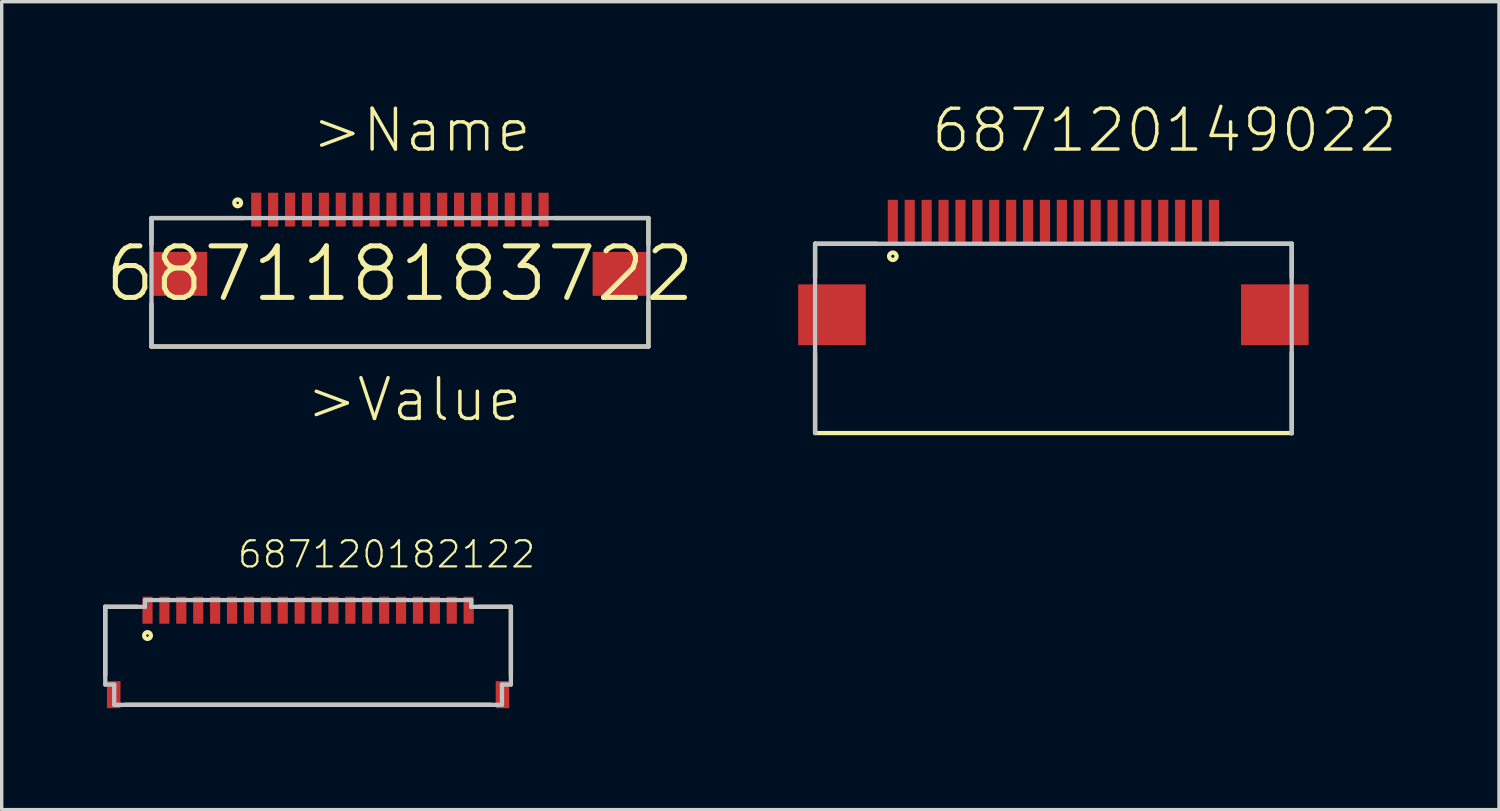
<source format=kicad_pcb>
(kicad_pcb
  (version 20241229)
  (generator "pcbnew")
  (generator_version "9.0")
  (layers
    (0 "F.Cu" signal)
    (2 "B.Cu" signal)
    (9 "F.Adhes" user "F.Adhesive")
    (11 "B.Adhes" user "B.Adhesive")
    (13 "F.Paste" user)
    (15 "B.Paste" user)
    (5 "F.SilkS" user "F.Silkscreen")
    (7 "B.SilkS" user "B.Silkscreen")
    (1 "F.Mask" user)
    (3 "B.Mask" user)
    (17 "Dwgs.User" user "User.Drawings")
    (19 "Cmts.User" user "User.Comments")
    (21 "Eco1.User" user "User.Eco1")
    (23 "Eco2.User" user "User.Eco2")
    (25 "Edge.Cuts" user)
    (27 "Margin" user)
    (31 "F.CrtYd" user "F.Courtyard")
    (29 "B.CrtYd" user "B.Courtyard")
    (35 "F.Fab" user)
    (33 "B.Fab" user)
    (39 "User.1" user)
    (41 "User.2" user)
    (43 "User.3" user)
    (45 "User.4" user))
  (footprint "687120182122"
    (layer "F.Cu")
    (at 6.064 16.251)
    (property "Reference" "687120182122" (at -2.133 -2.449 0) (layer "F.SilkS") (effects (font (size 0.772 0.772) (thickness 0.065)) (justify left bottom)))
    (attr through_hole)
    (fp_line (start -6 -1.35) (end -6 0.68) (stroke (width 0.127) (type solid)) (layer "F.SilkS"))
    (fp_line (start -5.4 1.55) (end 5.4 1.55) (stroke (width 0.127) (type solid)) (layer "F.SilkS"))
    (fp_line (start -5.06 -1.35) (end -6 -1.35) (stroke (width 0.127) (type solid)) (layer "F.SilkS"))
    (fp_line (start 6 -1.35) (end 5.06 -1.35) (stroke (width 0.127) (type solid)) (layer "F.SilkS"))
    (fp_line (start 6 -1.35) (end 6 0.68) (stroke (width 0.127) (type solid)) (layer "F.SilkS"))
    (fp_circle (center -4.75 -0.5) (end -4.65 -0.5) (stroke (width 0.127) (type solid)) (fill no) (layer "F.SilkS"))
    (fp_line (start -6 -1.35) (end -6 0.95) (stroke (width 0.127) (type solid)) (layer "Dwgs.User"))
    (fp_line (start -6 -1.35) (end -4.825 -1.35) (stroke (width 0.127) (type solid)) (layer "Dwgs.User"))
    (fp_line (start -6 0.95) (end -5.735 0.95) (stroke (width 0.127) (type solid)) (layer "Dwgs.User"))
    (fp_line (start -5.735 1.55) (end -5.735 0.95) (stroke (width 0.127) (type solid)) (layer "Dwgs.User"))
    (fp_line (start -5.735 1.55) (end 5.735 1.55) (stroke (width 0.127) (type solid)) (layer "Dwgs.User"))
    (fp_line (start -4.825 -1.55) (end -4.825 -1.35) (stroke (width 0.127) (type solid)) (layer "Dwgs.User"))
    (fp_line (start -4.825 -1.55) (end 4.825 -1.55) (stroke (width 0.127) (type solid)) (layer "Dwgs.User"))
    (fp_line (start 4.825 -1.55) (end 4.825 -1.35) (stroke (width 0.127) (type solid)) (layer "Dwgs.User"))
    (fp_line (start 4.825 -1.35) (end 6 -1.35) (stroke (width 0.127) (type solid)) (layer "Dwgs.User"))
    (fp_line (start 5.735 0.95) (end 6 0.95) (stroke (width 0.127) (type solid)) (layer "Dwgs.User"))
    (fp_line (start 5.735 1.55) (end 5.735 0.95) (stroke (width 0.127) (type solid)) (layer "Dwgs.User"))
    (fp_line (start 6 -1.35) (end 6 0.95) (stroke (width 0.127) (type solid)) (layer "Dwgs.User"))
    (pad "1" smd rect (at -4.75 -1.25 90) (size 0.8 0.3) (layers "F.Cu" "F.Mask" "F.Paste"))
    (pad "2" smd rect (at -4.25 -1.25 90) (size 0.8 0.3) (layers "F.Cu" "F.Mask" "F.Paste"))
    (pad "3" smd rect (at -3.75 -1.25 90) (size 0.8 0.3) (layers "F.Cu" "F.Mask" "F.Paste"))
    (pad "4" smd rect (at -3.25 -1.25 90) (size 0.8 0.3) (layers "F.Cu" "F.Mask" "F.Paste"))
    (pad "5" smd rect (at -2.75 -1.25 90) (size 0.8 0.3) (layers "F.Cu" "F.Mask" "F.Paste"))
    (pad "6" smd rect (at -2.25 -1.25 90) (size 0.8 0.3) (layers "F.Cu" "F.Mask" "F.Paste"))
    (pad "7" smd rect (at -1.75 -1.25 90) (size 0.8 0.3) (layers "F.Cu" "F.Mask" "F.Paste"))
    (pad "8" smd rect (at -1.25 -1.25 90) (size 0.8 0.3) (layers "F.Cu" "F.Mask" "F.Paste"))
    (pad "9" smd rect (at -0.75 -1.25 90) (size 0.8 0.3) (layers "F.Cu" "F.Mask" "F.Paste"))
    (pad "10" smd rect (at -0.25 -1.25 90) (size 0.8 0.3) (layers "F.Cu" "F.Mask" "F.Paste"))
    (pad "11" smd rect (at 0.25 -1.25 90) (size 0.8 0.3) (layers "F.Cu" "F.Mask" "F.Paste"))
    (pad "12" smd rect (at 0.75 -1.25 90) (size 0.8 0.3) (layers "F.Cu" "F.Mask" "F.Paste"))
    (pad "13" smd rect (at 1.25 -1.25 90) (size 0.8 0.3) (layers "F.Cu" "F.Mask" "F.Paste"))
    (pad "14" smd rect (at 1.75 -1.25 90) (size 0.8 0.3) (layers "F.Cu" "F.Mask" "F.Paste"))
    (pad "15" smd rect (at 2.25 -1.25 90) (size 0.8 0.3) (layers "F.Cu" "F.Mask" "F.Paste"))
    (pad "16" smd rect (at 2.75 -1.25 90) (size 0.8 0.3) (layers "F.Cu" "F.Mask" "F.Paste"))
    (pad "17" smd rect (at 3.25 -1.25 90) (size 0.8 0.3) (layers "F.Cu" "F.Mask" "F.Paste"))
    (pad "18" smd rect (at 3.75 -1.25 90) (size 0.8 0.3) (layers "F.Cu" "F.Mask" "F.Paste"))
    (pad "19" smd rect (at 4.25 -1.25 90) (size 0.8 0.3) (layers "F.Cu" "F.Mask" "F.Paste"))
    (pad "20" smd rect (at 4.75 -1.25 90) (size 0.8 0.3) (layers "F.Cu" "F.Mask" "F.Paste"))
    (pad "Z1" smd rect (at -5.75 1.25 90) (size 0.8 0.4) (layers "F.Cu" "F.Mask" "F.Paste"))
    (pad "Z2" smd rect (at 5.75 1.25 90) (size 0.8 0.4) (layers "F.Cu" "F.Mask" "F.Paste")))
  (footprint "687118183722"
    (layer "F.Cu")
    (at 8.781 5.051)
    (property "Reference" "687118183722" (at 0 0 0) (layer "F.SilkS") (effects (font (size 1.524 1.524) (thickness 0.15))))
    (attr through_hole)
    (fp_line (start -7.35 -1.65) (end -7.35 -0.87) (stroke (width 0.127) (type solid)) (layer "F.SilkS"))
    (fp_line (start -7.35 0.89) (end -7.35 2.15) (stroke (width 0.127) (type solid)) (layer "F.SilkS"))
    (fp_line (start -7.35 2.15) (end 7.35 2.15) (stroke (width 0.127) (type solid)) (layer "F.SilkS"))
    (fp_line (start -4.62 -1.65) (end -7.35 -1.65) (stroke (width 0.127) (type solid)) (layer "F.SilkS"))
    (fp_line (start 4.58 -1.65) (end 7.35 -1.65) (stroke (width 0.127) (type solid)) (layer "F.SilkS"))
    (fp_line (start 7.35 -1.65) (end 7.35 -0.87) (stroke (width 0.127) (type solid)) (layer "F.SilkS"))
    (fp_line (start 7.35 2.15) (end 7.35 0.84) (stroke (width 0.127) (type solid)) (layer "F.SilkS"))
    (fp_circle (center -4.8 -2.1) (end -4.7 -2.1) (stroke (width 0.127) (type solid)) (fill no) (layer "F.SilkS"))
    (fp_line (start -7.35 -1.65) (end 7.35 -1.65) (stroke (width 0.127) (type solid)) (layer "Dwgs.User"))
    (fp_line (start -7.35 2.15) (end -7.35 -1.65) (stroke (width 0.127) (type solid)) (layer "Dwgs.User"))
    (fp_line (start 7.35 -1.65) (end 7.35 2.15) (stroke (width 0.127) (type solid)) (layer "Dwgs.User"))
    (fp_line (start 7.35 2.15) (end -7.35 2.15) (stroke (width 0.127) (type solid)) (layer "Dwgs.User"))
    (fp_text user ">Name" (at -2.67 -3.54 0) (layer "F.SilkS") (effects (font (size 1.206 1.206) (thickness 0.102)) (justify left bottom)))
    (fp_text user ">Value" (at -2.83 4.43 0) (layer "F.SilkS") (effects (font (size 1.206 1.206) (thickness 0.102)) (justify left bottom)))
    (pad "1" smd rect (at -4.25 -1.9 90) (size 1 0.3) (layers "F.Cu" "F.Mask" "F.Paste"))
    (pad "2" smd rect (at -3.75 -1.9 90) (size 1 0.3) (layers "F.Cu" "F.Mask" "F.Paste"))
    (pad "3" smd rect (at -3.25 -1.9 90) (size 1 0.3) (layers "F.Cu" "F.Mask" "F.Paste"))
    (pad "4" smd rect (at -2.75 -1.9 90) (size 1 0.3) (layers "F.Cu" "F.Mask" "F.Paste"))
    (pad "5" smd rect (at -2.25 -1.9 90) (size 1 0.3) (layers "F.Cu" "F.Mask" "F.Paste"))
    (pad "6" smd rect (at -1.75 -1.9 90) (size 1 0.3) (layers "F.Cu" "F.Mask" "F.Paste"))
    (pad "7" smd rect (at -1.25 -1.9 90) (size 1 0.3) (layers "F.Cu" "F.Mask" "F.Paste"))
    (pad "8" smd rect (at -0.75 -1.9 90) (size 1 0.3) (layers "F.Cu" "F.Mask" "F.Paste"))
    (pad "9" smd rect (at -0.25 -1.9 90) (size 1 0.3) (layers "F.Cu" "F.Mask" "F.Paste"))
    (pad "10" smd rect (at 0.25 -1.9 90) (size 1 0.3) (layers "F.Cu" "F.Mask" "F.Paste"))
    (pad "11" smd rect (at 0.75 -1.9 90) (size 1 0.3) (layers "F.Cu" "F.Mask" "F.Paste"))
    (pad "12" smd rect (at 1.25 -1.9 90) (size 1 0.3) (layers "F.Cu" "F.Mask" "F.Paste"))
    (pad "13" smd rect (at 1.75 -1.9 90) (size 1 0.3) (layers "F.Cu" "F.Mask" "F.Paste"))
    (pad "14" smd rect (at 2.25 -1.9 90) (size 1 0.3) (layers "F.Cu" "F.Mask" "F.Paste"))
    (pad "15" smd rect (at 2.75 -1.9 90) (size 1 0.3) (layers "F.Cu" "F.Mask" "F.Paste"))
    (pad "16" smd rect (at 3.25 -1.9 90) (size 1 0.3) (layers "F.Cu" "F.Mask" "F.Paste"))
    (pad "17" smd rect (at 3.75 -1.9 90) (size 1 0.3) (layers "F.Cu" "F.Mask" "F.Paste"))
    (pad "18" smd rect (at 4.25 -1.9 90) (size 1 0.3) (layers "F.Cu" "F.Mask" "F.Paste"))
    (pad "Z1" smd rect (at -6.525 0) (size 1.65 1.3) (layers "F.Cu" "F.Mask" "F.Paste"))
    (pad "Z2" smd rect (at 6.525 0) (size 1.65 1.3) (layers "F.Cu" "F.Mask" "F.Paste")))
  (footprint "687120149022"
    (layer "F.Cu")
    (at 28.112 3.511)
    (property "Reference" "687120149022" (at -3.67 -2 0) (layer "F.SilkS") (effects (font (size 1.206 1.206) (thickness 0.102)) (justify left bottom)))
    (attr through_hole)
    (fp_line (start -7.05 0.65) (end -7.05 1.66) (stroke (width 0.127) (type solid)) (layer "F.SilkS"))
    (fp_line (start -7.05 3.88) (end -7.05 6.24) (stroke (width 0.127) (type solid)) (layer "F.SilkS"))
    (fp_line (start -5.23 0.65) (end -7.05 0.65) (stroke (width 0.127) (type solid)) (layer "F.SilkS"))
    (fp_line (start 5.1 0.65) (end 7.05 0.65) (stroke (width 0.127) (type solid)) (layer "F.SilkS"))
    (fp_line (start 7.05 0.65) (end 7.05 1.64) (stroke (width 0.127) (type solid)) (layer "F.SilkS"))
    (fp_line (start 7.05 3.88) (end 7.05 6.26) (stroke (width 0.127) (type solid)) (layer "F.SilkS"))
    (fp_line (start 7.05 6.25) (end -7.05 6.25) (stroke (width 0.127) (type solid)) (layer "F.SilkS"))
    (fp_circle (center -4.75 1.02) (end -4.64 1.02) (stroke (width 0.127) (type solid)) (fill no) (layer "F.SilkS"))
    (fp_line (start -7.05 0.65) (end 7.05 0.65) (stroke (width 0.127) (type solid)) (layer "Dwgs.User"))
    (fp_line (start -7.05 6.25) (end -7.05 0.65) (stroke (width 0.127) (type solid)) (layer "Dwgs.User"))
    (fp_line (start 7.05 0.65) (end 7.05 6.25) (stroke (width 0.127) (type solid)) (layer "Dwgs.User"))
    (pad "1" smd rect (at -4.75 0) (size 0.3 1.3) (layers "F.Cu" "F.Mask" "F.Paste"))
    (pad "2" smd rect (at -4.25 0) (size 0.3 1.3) (layers "F.Cu" "F.Mask" "F.Paste"))
    (pad "3" smd rect (at -3.75 0) (size 0.3 1.3) (layers "F.Cu" "F.Mask" "F.Paste"))
    (pad "4" smd rect (at -3.25 0) (size 0.3 1.3) (layers "F.Cu" "F.Mask" "F.Paste"))
    (pad "5" smd rect (at -2.75 0) (size 0.3 1.3) (layers "F.Cu" "F.Mask" "F.Paste"))
    (pad "6" smd rect (at -2.25 0) (size 0.3 1.3) (layers "F.Cu" "F.Mask" "F.Paste"))
    (pad "7" smd rect (at -1.75 0) (size 0.3 1.3) (layers "F.Cu" "F.Mask" "F.Paste"))
    (pad "8" smd rect (at -1.25 0) (size 0.3 1.3) (layers "F.Cu" "F.Mask" "F.Paste"))
    (pad "9" smd rect (at -0.75 0) (size 0.3 1.3) (layers "F.Cu" "F.Mask" "F.Paste"))
    (pad "10" smd rect (at -0.25 0) (size 0.3 1.3) (layers "F.Cu" "F.Mask" "F.Paste"))
    (pad "11" smd rect (at 0.25 0) (size 0.3 1.3) (layers "F.Cu" "F.Mask" "F.Paste"))
    (pad "12" smd rect (at 0.75 0) (size 0.3 1.3) (layers "F.Cu" "F.Mask" "F.Paste"))
    (pad "13" smd rect (at 1.25 0) (size 0.3 1.3) (layers "F.Cu" "F.Mask" "F.Paste"))
    (pad "14" smd rect (at 1.75 0) (size 0.3 1.3) (layers "F.Cu" "F.Mask" "F.Paste"))
    (pad "15" smd rect (at 2.25 0) (size 0.3 1.3) (layers "F.Cu" "F.Mask" "F.Paste"))
    (pad "16" smd rect (at 2.75 0) (size 0.3 1.3) (layers "F.Cu" "F.Mask" "F.Paste"))
    (pad "17" smd rect (at 3.25 0) (size 0.3 1.3) (layers "F.Cu" "F.Mask" "F.Paste"))
    (pad "18" smd rect (at 3.75 0) (size 0.3 1.3) (layers "F.Cu" "F.Mask" "F.Paste"))
    (pad "19" smd rect (at 4.25 0) (size 0.3 1.3) (layers "F.Cu" "F.Mask" "F.Paste"))
    (pad "20" smd rect (at 4.75 0) (size 0.3 1.3) (layers "F.Cu" "F.Mask" "F.Paste"))
    (pad "Z1" smd rect (at -6.55 2.75) (size 2 1.8) (layers "F.Cu" "F.Mask" "F.Paste"))
    (pad "Z2" smd rect (at 6.55 2.75) (size 2 1.8) (layers "F.Cu" "F.Mask" "F.Paste")))
  (gr_rect
    (start -3 -3)
    (end 41.294 20.901)
    (stroke (width 0.1) (type default))
    (fill no)
    (layer "Edge.Cuts")))
</source>
